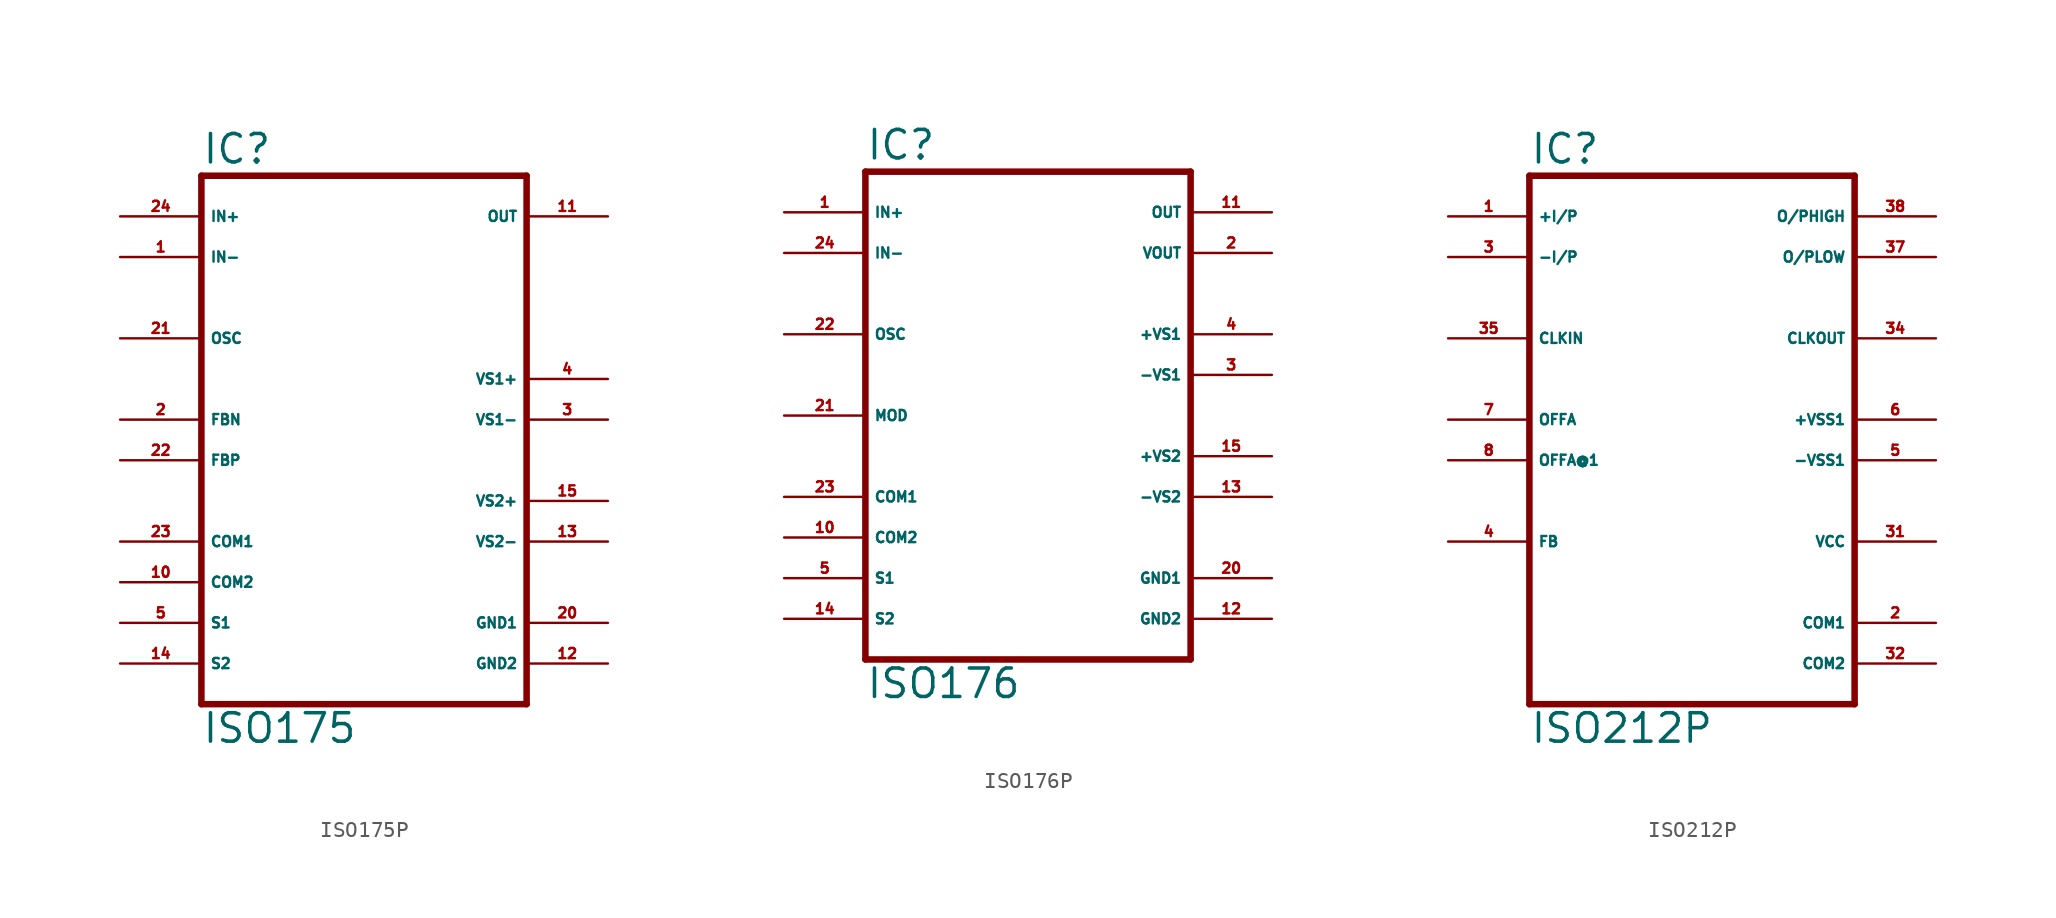
<source format=kicad_sym>
(kicad_symbol_lib
  (version 20220914)
  (generator Eagle2Kicad)
  (symbol "ISO175P"
    (property "Reference" "IC"
      (at -10.16 15.875 0)
      (effects (font (size 1.778 1.778) (thickness 0.22)) (justify left bottom)))
    (property "Value" "ISO175"
      (at -10.16 -20.32 0)
      (effects (font (size 1.778 1.778) (thickness 0.22)) (justify left bottom)))
    (polyline
      (pts (xy -10.16 -17.78) (xy 10.16 -17.78))
      (stroke (width 0.406) (type default))
      (fill (type none)))
    (polyline
      (pts (xy 10.16 -17.78) (xy 10.16 15.24))
      (stroke (width 0.406) (type default))
      (fill (type none)))
    (polyline
      (pts (xy 10.16 15.24) (xy -10.16 15.24))
      (stroke (width 0.406) (type default))
      (fill (type none)))
    (polyline
      (pts (xy -10.16 15.24) (xy -10.16 -17.78))
      (stroke (width 0.406) (type default))
      (fill (type none)))
    (pin input line
      (at -15.24 12.7 0)
      (length 5.08)
      (name "IN+" (effects (font (size 0.635 0.635) (thickness 0.08)) (justify left bottom)))
      (number "24" (effects (font (size 0.635 0.635) (thickness 0.08)) (justify left bottom))))
    (pin input line
      (at -15.24 10.16 0)
      (length 5.08)
      (name "IN-" (effects (font (size 0.635 0.635) (thickness 0.08)) (justify left bottom)))
      (number "1" (effects (font (size 0.635 0.635) (thickness 0.08)) (justify left bottom))))
    (pin input line
      (at -15.24 5.08 0)
      (length 5.08)
      (name "OSC" (effects (font (size 0.635 0.635) (thickness 0.08)) (justify left bottom)))
      (number "21" (effects (font (size 0.635 0.635) (thickness 0.08)) (justify left bottom))))
    (pin output line
      (at 15.24 12.7 180)
      (length 5.08)
      (name "OUT" (effects (font (size 0.635 0.635) (thickness 0.08)) (justify left bottom)))
      (number "11" (effects (font (size 0.635 0.635) (thickness 0.08)) (justify left bottom))))
    (pin passive line
      (at -15.24 0 0)
      (length 5.08)
      (name "FBN" (effects (font (size 0.635 0.635) (thickness 0.08)) (justify left bottom)))
      (number "2" (effects (font (size 0.635 0.635) (thickness 0.08)) (justify left bottom))))
    (pin passive line
      (at -15.24 -2.54 0)
      (length 5.08)
      (name "FBP" (effects (font (size 0.635 0.635) (thickness 0.08)) (justify left bottom)))
      (number "22" (effects (font (size 0.635 0.635) (thickness 0.08)) (justify left bottom))))
    (pin passive line
      (at -15.24 -7.62 0)
      (length 5.08)
      (name "COM1" (effects (font (size 0.635 0.635) (thickness 0.08)) (justify left bottom)))
      (number "23" (effects (font (size 0.635 0.635) (thickness 0.08)) (justify left bottom))))
    (pin passive line
      (at -15.24 -10.16 0)
      (length 5.08)
      (name "COM2" (effects (font (size 0.635 0.635) (thickness 0.08)) (justify left bottom)))
      (number "10" (effects (font (size 0.635 0.635) (thickness 0.08)) (justify left bottom))))
    (pin unspecified line
      (at 15.24 2.54 180)
      (length 5.08)
      (name "VS1+" (effects (font (size 0.635 0.635) (thickness 0.08)) (justify left bottom)))
      (number "4" (effects (font (size 0.635 0.635) (thickness 0.08)) (justify left bottom))))
    (pin unspecified line
      (at 15.24 -5.08 180)
      (length 5.08)
      (name "VS2+" (effects (font (size 0.635 0.635) (thickness 0.08)) (justify left bottom)))
      (number "15" (effects (font (size 0.635 0.635) (thickness 0.08)) (justify left bottom))))
    (pin unspecified line
      (at 15.24 0 180)
      (length 5.08)
      (name "VS1-" (effects (font (size 0.635 0.635) (thickness 0.08)) (justify left bottom)))
      (number "3" (effects (font (size 0.635 0.635) (thickness 0.08)) (justify left bottom))))
    (pin unspecified line
      (at 15.24 -7.62 180)
      (length 5.08)
      (name "VS2-" (effects (font (size 0.635 0.635) (thickness 0.08)) (justify left bottom)))
      (number "13" (effects (font (size 0.635 0.635) (thickness 0.08)) (justify left bottom))))
    (pin unspecified line
      (at 15.24 -12.7 180)
      (length 5.08)
      (name "GND1" (effects (font (size 0.635 0.635) (thickness 0.08)) (justify left bottom)))
      (number "20" (effects (font (size 0.635 0.635) (thickness 0.08)) (justify left bottom))))
    (pin unspecified line
      (at 15.24 -15.24 180)
      (length 5.08)
      (name "GND2" (effects (font (size 0.635 0.635) (thickness 0.08)) (justify left bottom)))
      (number "12" (effects (font (size 0.635 0.635) (thickness 0.08)) (justify left bottom))))
    (pin passive line
      (at -15.24 -12.7 0)
      (length 5.08)
      (name "S1" (effects (font (size 0.635 0.635) (thickness 0.08)) (justify left bottom)))
      (number "5" (effects (font (size 0.635 0.635) (thickness 0.08)) (justify left bottom))))
    (pin passive line
      (at -15.24 -15.24 0)
      (length 5.08)
      (name "S2" (effects (font (size 0.635 0.635) (thickness 0.08)) (justify left bottom)))
      (number "14" (effects (font (size 0.635 0.635) (thickness 0.08)) (justify left bottom)))))
  (symbol "ISO176P"
    (property "Reference" "IC"
      (at -10.16 15.875 0)
      (effects (font (size 1.778 1.778) (thickness 0.22)) (justify left bottom)))
    (property "Value" "ISO176"
      (at -10.16 -17.78 0)
      (effects (font (size 1.778 1.778) (thickness 0.22)) (justify left bottom)))
    (polyline
      (pts (xy -10.16 -15.24) (xy 10.16 -15.24))
      (stroke (width 0.406) (type default))
      (fill (type none)))
    (polyline
      (pts (xy 10.16 -15.24) (xy 10.16 15.24))
      (stroke (width 0.406) (type default))
      (fill (type none)))
    (polyline
      (pts (xy 10.16 15.24) (xy -10.16 15.24))
      (stroke (width 0.406) (type default))
      (fill (type none)))
    (polyline
      (pts (xy -10.16 15.24) (xy -10.16 -15.24))
      (stroke (width 0.406) (type default))
      (fill (type none)))
    (pin input line
      (at -15.24 12.7 0)
      (length 5.08)
      (name "IN+" (effects (font (size 0.635 0.635) (thickness 0.08)) (justify left bottom)))
      (number "1" (effects (font (size 0.635 0.635) (thickness 0.08)) (justify left bottom))))
    (pin input line
      (at -15.24 10.16 0)
      (length 5.08)
      (name "IN-" (effects (font (size 0.635 0.635) (thickness 0.08)) (justify left bottom)))
      (number "24" (effects (font (size 0.635 0.635) (thickness 0.08)) (justify left bottom))))
    (pin input line
      (at -15.24 5.08 0)
      (length 5.08)
      (name "OSC" (effects (font (size 0.635 0.635) (thickness 0.08)) (justify left bottom)))
      (number "22" (effects (font (size 0.635 0.635) (thickness 0.08)) (justify left bottom))))
    (pin output line
      (at 15.24 12.7 180)
      (length 5.08)
      (name "OUT" (effects (font (size 0.635 0.635) (thickness 0.08)) (justify left bottom)))
      (number "11" (effects (font (size 0.635 0.635) (thickness 0.08)) (justify left bottom))))
    (pin input line
      (at -15.24 0 0)
      (length 5.08)
      (name "MOD" (effects (font (size 0.635 0.635) (thickness 0.08)) (justify left bottom)))
      (number "21" (effects (font (size 0.635 0.635) (thickness 0.08)) (justify left bottom))))
    (pin output line
      (at 15.24 10.16 180)
      (length 5.08)
      (name "VOUT" (effects (font (size 0.635 0.635) (thickness 0.08)) (justify left bottom)))
      (number "2" (effects (font (size 0.635 0.635) (thickness 0.08)) (justify left bottom))))
    (pin passive line
      (at -15.24 -5.08 0)
      (length 5.08)
      (name "COM1" (effects (font (size 0.635 0.635) (thickness 0.08)) (justify left bottom)))
      (number "23" (effects (font (size 0.635 0.635) (thickness 0.08)) (justify left bottom))))
    (pin passive line
      (at -15.24 -7.62 0)
      (length 5.08)
      (name "COM2" (effects (font (size 0.635 0.635) (thickness 0.08)) (justify left bottom)))
      (number "10" (effects (font (size 0.635 0.635) (thickness 0.08)) (justify left bottom))))
    (pin unspecified line
      (at 15.24 5.08 180)
      (length 5.08)
      (name "+VS1" (effects (font (size 0.635 0.635) (thickness 0.08)) (justify left bottom)))
      (number "4" (effects (font (size 0.635 0.635) (thickness 0.08)) (justify left bottom))))
    (pin unspecified line
      (at 15.24 -2.54 180)
      (length 5.08)
      (name "+VS2" (effects (font (size 0.635 0.635) (thickness 0.08)) (justify left bottom)))
      (number "15" (effects (font (size 0.635 0.635) (thickness 0.08)) (justify left bottom))))
    (pin unspecified line
      (at 15.24 2.54 180)
      (length 5.08)
      (name "-VS1" (effects (font (size 0.635 0.635) (thickness 0.08)) (justify left bottom)))
      (number "3" (effects (font (size 0.635 0.635) (thickness 0.08)) (justify left bottom))))
    (pin unspecified line
      (at 15.24 -5.08 180)
      (length 5.08)
      (name "-VS2" (effects (font (size 0.635 0.635) (thickness 0.08)) (justify left bottom)))
      (number "13" (effects (font (size 0.635 0.635) (thickness 0.08)) (justify left bottom))))
    (pin unspecified line
      (at 15.24 -10.16 180)
      (length 5.08)
      (name "GND1" (effects (font (size 0.635 0.635) (thickness 0.08)) (justify left bottom)))
      (number "20" (effects (font (size 0.635 0.635) (thickness 0.08)) (justify left bottom))))
    (pin unspecified line
      (at 15.24 -12.7 180)
      (length 5.08)
      (name "GND2" (effects (font (size 0.635 0.635) (thickness 0.08)) (justify left bottom)))
      (number "12" (effects (font (size 0.635 0.635) (thickness 0.08)) (justify left bottom))))
    (pin passive line
      (at -15.24 -10.16 0)
      (length 5.08)
      (name "S1" (effects (font (size 0.635 0.635) (thickness 0.08)) (justify left bottom)))
      (number "5" (effects (font (size 0.635 0.635) (thickness 0.08)) (justify left bottom))))
    (pin passive line
      (at -15.24 -12.7 0)
      (length 5.08)
      (name "S2" (effects (font (size 0.635 0.635) (thickness 0.08)) (justify left bottom)))
      (number "14" (effects (font (size 0.635 0.635) (thickness 0.08)) (justify left bottom)))))
  (symbol "ISO212P"
    (property "Reference" "IC"
      (at -10.16 15.875 0)
      (effects (font (size 1.778 1.778) (thickness 0.22)) (justify left bottom)))
    (property "Value" "ISO212P"
      (at -10.16 -20.32 0)
      (effects (font (size 1.778 1.778) (thickness 0.22)) (justify left bottom)))
    (polyline
      (pts (xy 10.16 -17.78) (xy -10.16 -17.78))
      (stroke (width 0.406) (type default))
      (fill (type none)))
    (polyline
      (pts (xy -10.16 -17.78) (xy -10.16 15.24))
      (stroke (width 0.406) (type default))
      (fill (type none)))
    (polyline
      (pts (xy -10.16 15.24) (xy 10.16 15.24))
      (stroke (width 0.406) (type default))
      (fill (type none)))
    (polyline
      (pts (xy 10.16 15.24) (xy 10.16 -17.78))
      (stroke (width 0.406) (type default))
      (fill (type none)))
    (pin input line
      (at -15.24 12.7 0)
      (length 5.08)
      (name "+I/P" (effects (font (size 0.635 0.635) (thickness 0.08)) (justify left bottom)))
      (number "1" (effects (font (size 0.635 0.635) (thickness 0.08)) (justify left bottom))))
    (pin input line
      (at -15.24 10.16 0)
      (length 5.08)
      (name "-I/P" (effects (font (size 0.635 0.635) (thickness 0.08)) (justify left bottom)))
      (number "3" (effects (font (size 0.635 0.635) (thickness 0.08)) (justify left bottom))))
    (pin input line
      (at -15.24 5.08 0)
      (length 5.08)
      (name "CLKIN" (effects (font (size 0.635 0.635) (thickness 0.08)) (justify left bottom)))
      (number "35" (effects (font (size 0.635 0.635) (thickness 0.08)) (justify left bottom))))
    (pin output line
      (at 15.24 12.7 180)
      (length 5.08)
      (name "O/PHIGH" (effects (font (size 0.635 0.635) (thickness 0.08)) (justify left bottom)))
      (number "38" (effects (font (size 0.635 0.635) (thickness 0.08)) (justify left bottom))))
    (pin output line
      (at 15.24 10.16 180)
      (length 5.08)
      (name "O/PLOW" (effects (font (size 0.635 0.635) (thickness 0.08)) (justify left bottom)))
      (number "37" (effects (font (size 0.635 0.635) (thickness 0.08)) (justify left bottom))))
    (pin output line
      (at 15.24 5.08 180)
      (length 5.08)
      (name "CLKOUT" (effects (font (size 0.635 0.635) (thickness 0.08)) (justify left bottom)))
      (number "34" (effects (font (size 0.635 0.635) (thickness 0.08)) (justify left bottom))))
    (pin unspecified line
      (at 15.24 -7.62 180)
      (length 5.08)
      (name "VCC" (effects (font (size 0.635 0.635) (thickness 0.08)) (justify left bottom)))
      (number "31" (effects (font (size 0.635 0.635) (thickness 0.08)) (justify left bottom))))
    (pin unspecified line
      (at 15.24 -12.7 180)
      (length 5.08)
      (name "COM1" (effects (font (size 0.635 0.635) (thickness 0.08)) (justify left bottom)))
      (number "2" (effects (font (size 0.635 0.635) (thickness 0.08)) (justify left bottom))))
    (pin unspecified line
      (at 15.24 -15.24 180)
      (length 5.08)
      (name "COM2" (effects (font (size 0.635 0.635) (thickness 0.08)) (justify left bottom)))
      (number "32" (effects (font (size 0.635 0.635) (thickness 0.08)) (justify left bottom))))
    (pin passive line
      (at -15.24 0 0)
      (length 5.08)
      (name "OFFA" (effects (font (size 0.635 0.635) (thickness 0.08)) (justify left bottom)))
      (number "7" (effects (font (size 0.635 0.635) (thickness 0.08)) (justify left bottom))))
    (pin passive line
      (at -15.24 -2.54 0)
      (length 5.08)
      (name "OFFA@1" (effects (font (size 0.635 0.635) (thickness 0.08)) (justify left bottom)))
      (number "8" (effects (font (size 0.635 0.635) (thickness 0.08)) (justify left bottom))))
    (pin output line
      (at 15.24 0 180)
      (length 5.08)
      (name "+VSS1" (effects (font (size 0.635 0.635) (thickness 0.08)) (justify left bottom)))
      (number "6" (effects (font (size 0.635 0.635) (thickness 0.08)) (justify left bottom))))
    (pin output line
      (at 15.24 -2.54 180)
      (length 5.08)
      (name "-VSS1" (effects (font (size 0.635 0.635) (thickness 0.08)) (justify left bottom)))
      (number "5" (effects (font (size 0.635 0.635) (thickness 0.08)) (justify left bottom))))
    (pin passive line
      (at -15.24 -7.62 0)
      (length 5.08)
      (name "FB" (effects (font (size 0.635 0.635) (thickness 0.08)) (justify left bottom)))
      (number "4" (effects (font (size 0.635 0.635) (thickness 0.08)) (justify left bottom))))))
</source>
